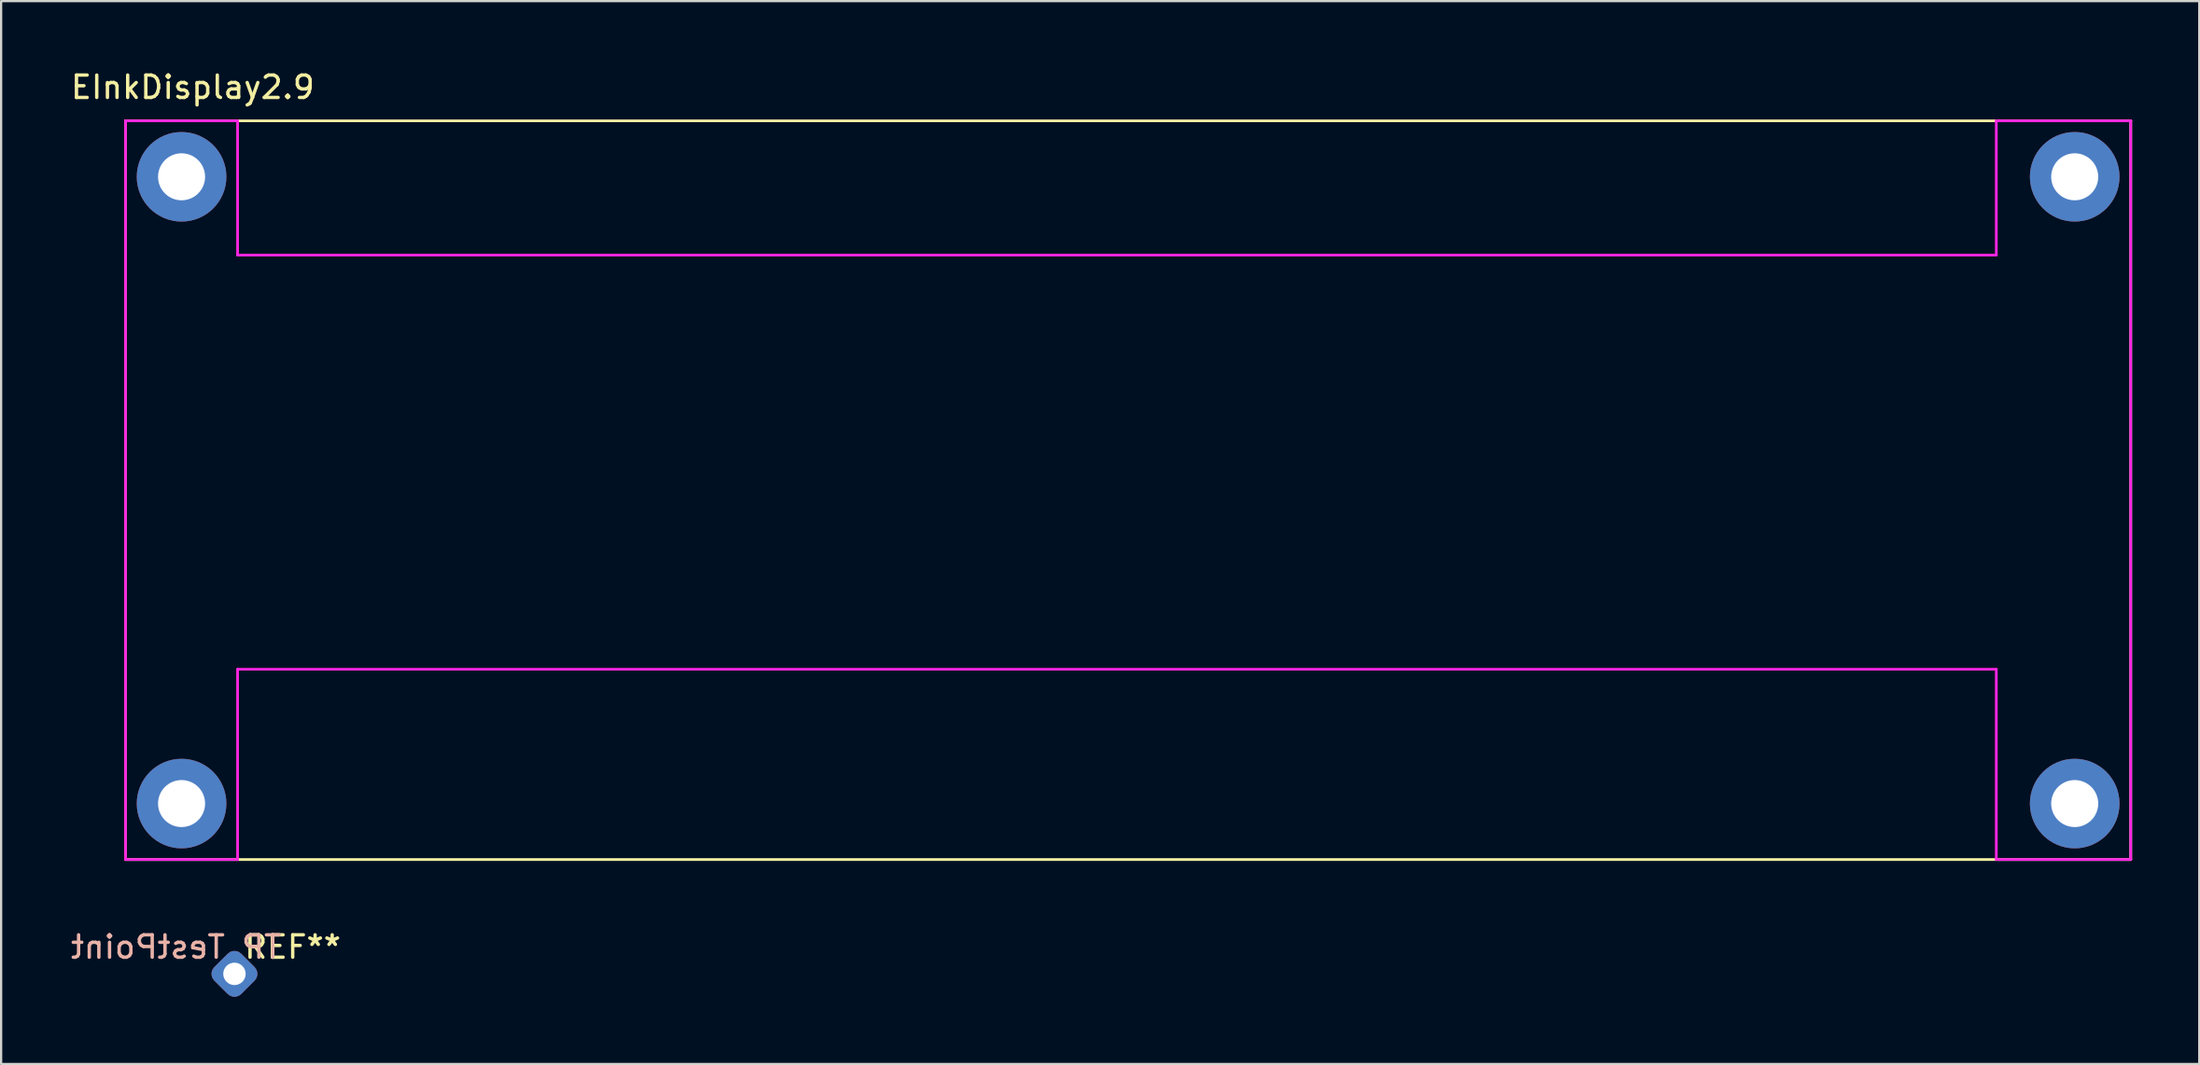
<source format=kicad_pcb>
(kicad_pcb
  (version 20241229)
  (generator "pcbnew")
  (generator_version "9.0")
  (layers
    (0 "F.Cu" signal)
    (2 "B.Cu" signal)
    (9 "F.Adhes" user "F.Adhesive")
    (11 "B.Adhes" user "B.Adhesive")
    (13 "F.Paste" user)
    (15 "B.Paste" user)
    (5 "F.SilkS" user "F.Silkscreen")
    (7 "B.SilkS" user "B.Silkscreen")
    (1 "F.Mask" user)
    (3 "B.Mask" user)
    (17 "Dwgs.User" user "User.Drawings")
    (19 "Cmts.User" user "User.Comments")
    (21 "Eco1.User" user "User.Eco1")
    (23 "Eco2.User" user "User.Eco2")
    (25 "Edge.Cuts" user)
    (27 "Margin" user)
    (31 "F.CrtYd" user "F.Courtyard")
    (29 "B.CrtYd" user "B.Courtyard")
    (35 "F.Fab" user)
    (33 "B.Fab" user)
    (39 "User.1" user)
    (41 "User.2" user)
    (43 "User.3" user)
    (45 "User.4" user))
  (footprint "EInkDisplay2.9"
    (layer "F.Cu")
    (at 2.554 2.348)
    (property "Reference" "EInkDisplay2.9" (at 3 -1.5 0) (layer "F.SilkS") (effects (font (size 1 1) (thickness 0.15))))
    (attr through_hole)
    (fp_line (start 0 0) (end 0 0) (stroke (width 0.12) (type solid)) (layer "F.SilkS"))
    (fp_line (start 0 0) (end 89.5 0) (stroke (width 0.12) (type solid)) (layer "F.SilkS"))
    (fp_line (start 0 33) (end 0 0) (stroke (width 0.12) (type solid)) (layer "F.SilkS"))
    (fp_line (start 89.5 0) (end 89.5 33) (stroke (width 0.12) (type solid)) (layer "F.SilkS"))
    (fp_line (start 89.5 33) (end 0 33) (stroke (width 0.12) (type solid)) (layer "F.SilkS"))
    (fp_line (start 0 0) (end 0 33) (stroke (width 0.12) (type solid)) (layer "F.CrtYd"))
    (fp_line (start 0 33) (end 5 33) (stroke (width 0.12) (type solid)) (layer "F.CrtYd"))
    (fp_line (start 5 0) (end 0 0) (stroke (width 0.12) (type solid)) (layer "F.CrtYd"))
    (fp_line (start 5 6) (end 5 0) (stroke (width 0.12) (type solid)) (layer "F.CrtYd"))
    (fp_line (start 5 24.5) (end 83.5 24.5) (stroke (width 0.12) (type solid)) (layer "F.CrtYd"))
    (fp_line (start 5 33) (end 5 24.5) (stroke (width 0.12) (type solid)) (layer "F.CrtYd"))
    (fp_line (start 83.5 0) (end 83.5 6) (stroke (width 0.12) (type solid)) (layer "F.CrtYd"))
    (fp_line (start 83.5 6) (end 5 6) (stroke (width 0.12) (type solid)) (layer "F.CrtYd"))
    (fp_line (start 83.5 24.5) (end 83.5 33) (stroke (width 0.12) (type solid)) (layer "F.CrtYd"))
    (fp_line (start 83.5 33) (end 89.5 33) (stroke (width 0.12) (type solid)) (layer "F.CrtYd"))
    (fp_line (start 89.5 0) (end 83.5 0) (stroke (width 0.12) (type solid)) (layer "F.CrtYd"))
    (fp_line (start 89.5 33) (end 89.5 0) (stroke (width 0.12) (type solid)) (layer "F.CrtYd"))
    (pad "" np_thru_hole circle (at 2.5 2.5) (size 4 4) (drill 2.1) (layers "*.Cu" "*.Mask"))
    (pad "" np_thru_hole circle (at 2.5 30.5) (size 4 4) (drill 2.1) (layers "*.Cu" "*.Mask"))
    (pad "" np_thru_hole circle (at 87 2.5) (size 4 4) (drill 2.1) (layers "*.Cu" "*.Mask"))
    (pad "" np_thru_hole circle (at 87 30.5) (size 4 4) (drill 2.1) (layers "*.Cu" "*.Mask")))
  (footprint "TP TestPoint"
    (layer "F.Cu")
    (at 7.415 39.956)
    (property "Reference" "TP TestPoint" (at -2.6 -0.7 0) (layer "B.SilkS") (effects (font (size 1 1) (thickness 0.15)) (justify mirror)))
    (attr through_hole)
    (fp_text user "REF**" (at 2.6 -0.7 0) (layer "F.SilkS") (effects (font (size 1 1) (thickness 0.15))))
    (pad "1" thru_hole roundrect (at 0 0.5 45) (size 1.7 1.7) (drill 1) (layers "*.Cu" "*.Mask") (roundrect_rratio 0.25)))
  (gr_rect
    (start -3 -3)
    (end 95.114 44.483)
    (stroke (width 0.1) (type default))
    (fill no)
    (layer "Edge.Cuts")))
</source>
